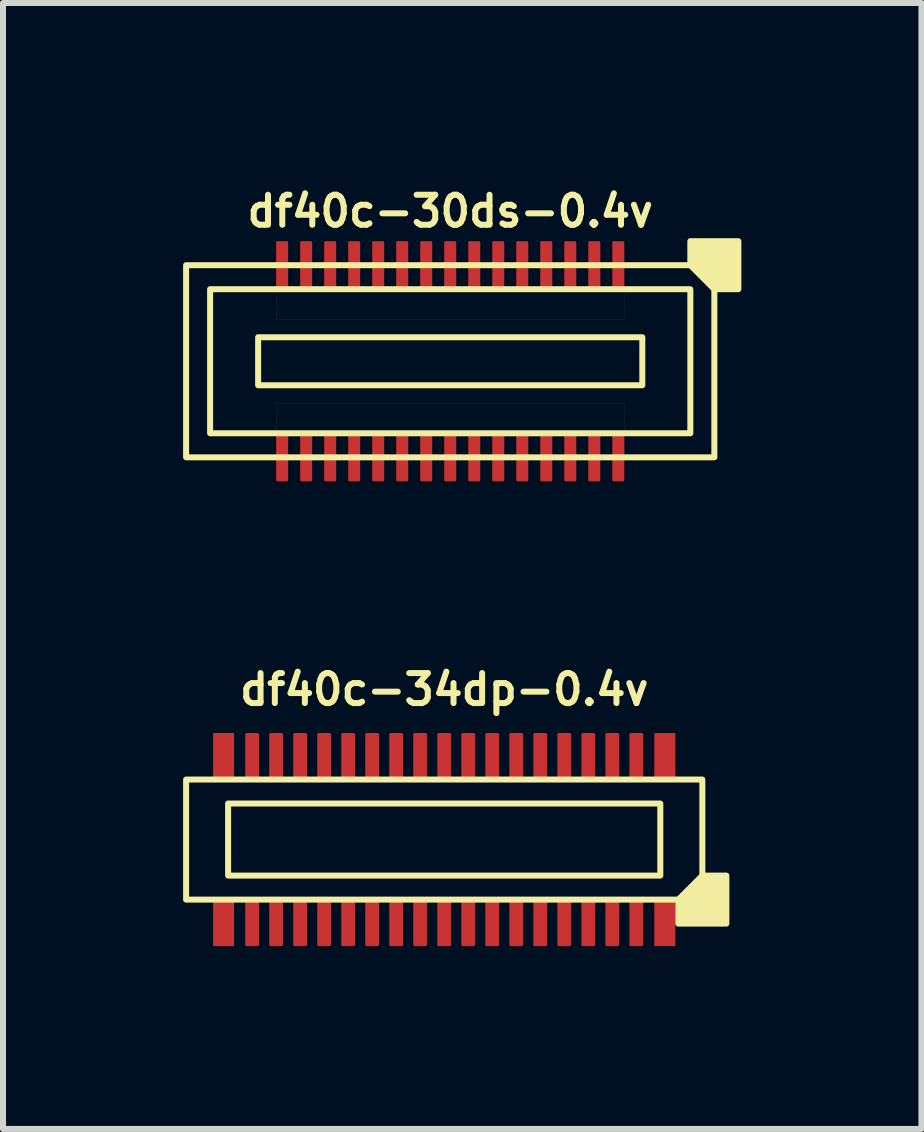
<source format=kicad_pcb>
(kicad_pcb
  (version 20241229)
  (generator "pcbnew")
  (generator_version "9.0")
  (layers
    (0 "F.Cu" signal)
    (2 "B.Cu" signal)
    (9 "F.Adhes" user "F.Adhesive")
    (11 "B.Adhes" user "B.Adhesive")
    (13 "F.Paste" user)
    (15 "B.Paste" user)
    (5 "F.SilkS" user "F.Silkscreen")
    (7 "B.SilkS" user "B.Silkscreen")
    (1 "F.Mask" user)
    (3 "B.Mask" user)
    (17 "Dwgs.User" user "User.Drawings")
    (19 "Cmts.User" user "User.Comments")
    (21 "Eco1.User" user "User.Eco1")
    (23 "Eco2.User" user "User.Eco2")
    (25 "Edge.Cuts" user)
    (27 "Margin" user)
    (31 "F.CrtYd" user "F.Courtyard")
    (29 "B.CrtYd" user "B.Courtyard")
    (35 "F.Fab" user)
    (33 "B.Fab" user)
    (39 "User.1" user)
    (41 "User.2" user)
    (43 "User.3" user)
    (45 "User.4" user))
  (footprint "df40c-34dp-0.4v"
    (layer "F.Cu")
    (at 4.35 10.936)
    (property "Reference" "df40c-34dp-0.4v" (at 0 -2.5 180) (layer "F.SilkS") (effects (font (size 0.5 0.5) (thickness 0.1))))
    (attr smd)
    (fp_rect (start -3.85 -1.775) (end -3.5 -1.025) (stroke (width 0) (type solid)) (fill yes) (layer "F.Cu"))
    (fp_rect (start -3.85 1.025) (end -3.5 1.775) (stroke (width 0) (type solid)) (fill yes) (layer "F.Cu"))
    (fp_rect (start 3.5 -1.775) (end 3.85 -1.025) (stroke (width 0) (type solid)) (fill yes) (layer "F.Cu"))
    (fp_rect (start 3.5 1.025) (end 3.85 1.775) (stroke (width 0) (type solid)) (fill yes) (layer "F.Cu"))
    (fp_rect (start -3.88 -1.805) (end -3.47 -0.995) (stroke (width 0) (type solid)) (fill yes) (layer "F.Mask"))
    (fp_rect (start -3.88 0.995) (end -3.47 1.805) (stroke (width 0) (type solid)) (fill yes) (layer "F.Mask"))
    (fp_rect (start 3.47 -0.995) (end 3.88 -1.805) (stroke (width 0.03) (type solid)) (fill yes) (layer "F.Mask"))
    (fp_rect (start 3.47 0.995) (end 3.88 1.805) (stroke (width 0.03) (type solid)) (fill yes) (layer "F.Mask"))
    (fp_rect (start 3.6 -0.6) (end -3.6 0.6) (stroke (width 0.1) (type default)) (fill no) (layer "F.SilkS"))
    (fp_rect (start 4.3 -1) (end -4.3 1) (stroke (width 0.1) (type default)) (fill no) (layer "F.SilkS"))
    (fp_poly (pts (xy 3.9 1) (xy 3.9 1.4) (xy 4.7 1.4) (xy 4.7 0.6) (xy 4.3 0.6)) (stroke (width 0.1) (type solid)) (fill yes) (layer "F.SilkS"))
    (fp_rect (start -3.85 -1.775) (end -3.5 -1.025) (stroke (width 0) (type solid)) (fill yes) (layer "F.Paste"))
    (fp_rect (start -3.5 1.025) (end -3.85 1.775) (stroke (width 0) (type solid)) (fill yes) (layer "F.Paste"))
    (fp_rect (start 3.5 -1.775) (end 3.85 -1.025) (stroke (width 0) (type solid)) (fill yes) (layer "F.Paste"))
    (fp_rect (start 3.5 1.025) (end 3.85 1.775) (stroke (width 0) (type solid)) (fill yes) (layer "F.Paste"))
    (pad "1" smd roundrect (at 3.2 1.4) (size 0.23 0.75) (layers "F.Cu" "F.Mask" "F.Paste") (roundrect_rratio 0.1))
    (pad "2" smd roundrect (at 3.2 -1.4) (size 0.23 0.75) (layers "F.Cu" "F.Mask" "F.Paste") (roundrect_rratio 0.1))
    (pad "3" smd roundrect (at 2.8 1.4) (size 0.23 0.75) (layers "F.Cu" "F.Mask" "F.Paste") (roundrect_rratio 0.1))
    (pad "4" smd roundrect (at 2.8 -1.4) (size 0.23 0.75) (layers "F.Cu" "F.Mask" "F.Paste") (roundrect_rratio 0.1))
    (pad "5" smd roundrect (at 2.4 1.4) (size 0.23 0.75) (layers "F.Cu" "F.Mask" "F.Paste") (roundrect_rratio 0.1))
    (pad "6" smd roundrect (at 2.4 -1.4) (size 0.23 0.75) (layers "F.Cu" "F.Mask" "F.Paste") (roundrect_rratio 0.1))
    (pad "7" smd roundrect (at 2 1.4) (size 0.23 0.75) (layers "F.Cu" "F.Mask" "F.Paste") (roundrect_rratio 0.1))
    (pad "8" smd roundrect (at 2 -1.4) (size 0.23 0.75) (layers "F.Cu" "F.Mask" "F.Paste") (roundrect_rratio 0.1))
    (pad "9" smd roundrect (at 1.6 1.4) (size 0.23 0.75) (layers "F.Cu" "F.Mask" "F.Paste") (roundrect_rratio 0.1))
    (pad "10" smd roundrect (at 1.6 -1.4) (size 0.23 0.75) (layers "F.Cu" "F.Mask" "F.Paste") (roundrect_rratio 0.1))
    (pad "11" smd roundrect (at 1.2 1.4) (size 0.23 0.75) (layers "F.Cu" "F.Mask" "F.Paste") (roundrect_rratio 0.1))
    (pad "12" smd roundrect (at 1.2 -1.4) (size 0.23 0.75) (layers "F.Cu" "F.Mask" "F.Paste") (roundrect_rratio 0.1))
    (pad "13" smd roundrect (at 0.8 1.4) (size 0.23 0.75) (layers "F.Cu" "F.Mask" "F.Paste") (roundrect_rratio 0.1))
    (pad "14" smd roundrect (at 0.8 -1.4) (size 0.23 0.75) (layers "F.Cu" "F.Mask" "F.Paste") (roundrect_rratio 0.1))
    (pad "15" smd roundrect (at 0.4 1.4) (size 0.23 0.75) (layers "F.Cu" "F.Mask" "F.Paste") (roundrect_rratio 0.1))
    (pad "16" smd roundrect (at 0.4 -1.4) (size 0.23 0.75) (layers "F.Cu" "F.Mask" "F.Paste") (roundrect_rratio 0.1))
    (pad "17" smd roundrect (at 0 1.4) (size 0.23 0.75) (layers "F.Cu" "F.Mask" "F.Paste") (roundrect_rratio 0.1))
    (pad "18" smd roundrect (at 0 -1.4) (size 0.23 0.75) (layers "F.Cu" "F.Mask" "F.Paste") (roundrect_rratio 0.1))
    (pad "19" smd roundrect (at -0.4 1.4) (size 0.23 0.75) (layers "F.Cu" "F.Mask" "F.Paste") (roundrect_rratio 0.1))
    (pad "20" smd roundrect (at -0.4 -1.4) (size 0.23 0.75) (layers "F.Cu" "F.Mask" "F.Paste") (roundrect_rratio 0.1))
    (pad "21" smd roundrect (at -0.8 1.4) (size 0.23 0.75) (layers "F.Cu" "F.Mask" "F.Paste") (roundrect_rratio 0.1))
    (pad "22" smd roundrect (at -0.8 -1.4) (size 0.23 0.75) (layers "F.Cu" "F.Mask" "F.Paste") (roundrect_rratio 0.1))
    (pad "23" smd roundrect (at -1.2 1.4) (size 0.23 0.75) (layers "F.Cu" "F.Mask" "F.Paste") (roundrect_rratio 0.1))
    (pad "24" smd roundrect (at -1.2 -1.4) (size 0.23 0.75) (layers "F.Cu" "F.Mask" "F.Paste") (roundrect_rratio 0.1))
    (pad "25" smd roundrect (at -1.6 1.4) (size 0.23 0.75) (layers "F.Cu" "F.Mask" "F.Paste") (roundrect_rratio 0.1))
    (pad "26" smd roundrect (at -1.6 -1.4) (size 0.23 0.75) (layers "F.Cu" "F.Mask" "F.Paste") (roundrect_rratio 0.1))
    (pad "27" smd roundrect (at -2 1.4) (size 0.23 0.75) (layers "F.Cu" "F.Mask" "F.Paste") (roundrect_rratio 0.1))
    (pad "28" smd roundrect (at -2 -1.4) (size 0.23 0.75) (layers "F.Cu" "F.Mask" "F.Paste") (roundrect_rratio 0.1))
    (pad "29" smd roundrect (at -2.4 1.4) (size 0.23 0.75) (layers "F.Cu" "F.Mask" "F.Paste") (roundrect_rratio 0.1))
    (pad "30" smd roundrect (at -2.4 -1.4) (size 0.23 0.75) (layers "F.Cu" "F.Mask" "F.Paste") (roundrect_rratio 0.1))
    (pad "31" smd roundrect (at -2.8 1.4) (size 0.23 0.75) (layers "F.Cu" "F.Mask" "F.Paste") (roundrect_rratio 0.1))
    (pad "32" smd roundrect (at -2.8 -1.4) (size 0.23 0.75) (layers "F.Cu" "F.Mask" "F.Paste") (roundrect_rratio 0.1))
    (pad "33" smd roundrect (at -3.2 1.4) (size 0.23 0.75) (layers "F.Cu" "F.Mask" "F.Paste") (roundrect_rratio 0.1))
    (pad "34" smd roundrect (at -3.2 -1.4) (size 0.23 0.75) (layers "F.Cu" "F.Mask" "F.Paste") (roundrect_rratio 0.1)))
  (footprint "df40c-30ds-0.4v"
    (layer "F.Cu")
    (at 4.45 2.968)
    (property "Reference" "df40c-30ds-0.4v" (at 0 -2.5 180) (layer "F.SilkS") (effects (font (size 0.5 0.5) (thickness 0.1))))
    (attr smd)
    (fp_rect (start -3.2 -0.4) (end 3.2 0.4) (stroke (width 0.1) (type default)) (fill no) (layer "F.SilkS"))
    (fp_rect (start 4 -1.2) (end -4 1.2) (stroke (width 0.1) (type default)) (fill no) (layer "F.SilkS"))
    (fp_rect (start 4.4 -1.6) (end -4.4 1.6) (stroke (width 0.1) (type default)) (fill no) (layer "F.SilkS"))
    (fp_poly (pts (xy 4 -1.6) (xy 4 -2) (xy 4.8 -2) (xy 4.8 -1.2) (xy 4.4 -1.2)) (stroke (width 0.1) (type solid)) (fill yes) (layer "F.SilkS"))
    (fp_poly (pts (xy -2.9 -1.2) (xy 2.9 -1.2) (xy 2.9 -0.7) (xy -2.9 -0.7)) (stroke (width 0.001) (type solid)) (fill no) (layer "Dwgs.User"))
    (fp_poly (pts (xy -2.9 0.7) (xy 2.9 0.7) (xy 2.9 1.2) (xy -2.9 1.2)) (stroke (width 0.001) (type solid)) (fill no) (layer "Dwgs.User"))
    (pad "1" smd roundrect (at 2.8 -1.6) (size 0.2 0.8) (layers "F.Cu" "F.Mask" "F.Paste") (roundrect_rratio 0.1))
    (pad "2" smd roundrect (at 2.8 1.6) (size 0.2 0.8) (layers "F.Cu" "F.Mask" "F.Paste") (roundrect_rratio 0.1))
    (pad "3" smd roundrect (at 2.4 -1.6) (size 0.2 0.8) (layers "F.Cu" "F.Mask" "F.Paste") (roundrect_rratio 0.1))
    (pad "4" smd roundrect (at 2.4 1.6) (size 0.2 0.8) (layers "F.Cu" "F.Mask" "F.Paste") (roundrect_rratio 0.1))
    (pad "5" smd roundrect (at 2 -1.6) (size 0.2 0.8) (layers "F.Cu" "F.Mask" "F.Paste") (roundrect_rratio 0.1))
    (pad "6" smd roundrect (at 2 1.6) (size 0.2 0.8) (layers "F.Cu" "F.Mask" "F.Paste") (roundrect_rratio 0.1))
    (pad "7" smd roundrect (at 1.6 -1.6) (size 0.2 0.8) (layers "F.Cu" "F.Mask" "F.Paste") (roundrect_rratio 0.1))
    (pad "8" smd roundrect (at 1.6 1.6) (size 0.2 0.8) (layers "F.Cu" "F.Mask" "F.Paste") (roundrect_rratio 0.1))
    (pad "9" smd roundrect (at 1.2 -1.6) (size 0.2 0.8) (layers "F.Cu" "F.Mask" "F.Paste") (roundrect_rratio 0.1))
    (pad "10" smd roundrect (at 1.2 1.6) (size 0.2 0.8) (layers "F.Cu" "F.Mask" "F.Paste") (roundrect_rratio 0.1))
    (pad "11" smd roundrect (at 0.8 -1.6) (size 0.2 0.8) (layers "F.Cu" "F.Mask" "F.Paste") (roundrect_rratio 0.1))
    (pad "12" smd roundrect (at 0.8 1.6) (size 0.2 0.8) (layers "F.Cu" "F.Mask" "F.Paste") (roundrect_rratio 0.1))
    (pad "13" smd roundrect (at 0.4 -1.6) (size 0.2 0.8) (layers "F.Cu" "F.Mask" "F.Paste") (roundrect_rratio 0.1))
    (pad "14" smd roundrect (at 0.4 1.6) (size 0.2 0.8) (layers "F.Cu" "F.Mask" "F.Paste") (roundrect_rratio 0.1))
    (pad "15" smd roundrect (at 0 -1.6) (size 0.2 0.8) (layers "F.Cu" "F.Mask" "F.Paste") (roundrect_rratio 0.1))
    (pad "16" smd roundrect (at 0 1.6) (size 0.2 0.8) (layers "F.Cu" "F.Mask" "F.Paste") (roundrect_rratio 0.1))
    (pad "17" smd roundrect (at -0.4 -1.6) (size 0.2 0.8) (layers "F.Cu" "F.Mask" "F.Paste") (roundrect_rratio 0.1))
    (pad "18" smd roundrect (at -0.4 1.6) (size 0.2 0.8) (layers "F.Cu" "F.Mask" "F.Paste") (roundrect_rratio 0.1))
    (pad "19" smd roundrect (at -0.8 -1.6) (size 0.2 0.8) (layers "F.Cu" "F.Mask" "F.Paste") (roundrect_rratio 0.1))
    (pad "20" smd roundrect (at -0.8 1.6) (size 0.2 0.8) (layers "F.Cu" "F.Mask" "F.Paste") (roundrect_rratio 0.1))
    (pad "21" smd roundrect (at -1.2 -1.6) (size 0.2 0.8) (layers "F.Cu" "F.Mask" "F.Paste") (roundrect_rratio 0.1))
    (pad "22" smd roundrect (at -1.2 1.6) (size 0.2 0.8) (layers "F.Cu" "F.Mask" "F.Paste") (roundrect_rratio 0.1))
    (pad "23" smd roundrect (at -1.6 -1.6) (size 0.2 0.8) (layers "F.Cu" "F.Mask" "F.Paste") (roundrect_rratio 0.1))
    (pad "24" smd roundrect (at -1.6 1.6) (size 0.2 0.8) (layers "F.Cu" "F.Mask" "F.Paste") (roundrect_rratio 0.1))
    (pad "25" smd roundrect (at -2 -1.6) (size 0.2 0.8) (layers "F.Cu" "F.Mask" "F.Paste") (roundrect_rratio 0.1))
    (pad "26" smd roundrect (at -2 1.6) (size 0.2 0.8) (layers "F.Cu" "F.Mask" "F.Paste") (roundrect_rratio 0.1))
    (pad "27" smd roundrect (at -2.4 -1.6) (size 0.2 0.8) (layers "F.Cu" "F.Mask" "F.Paste") (roundrect_rratio 0.1))
    (pad "28" smd roundrect (at -2.4 1.6) (size 0.2 0.8) (layers "F.Cu" "F.Mask" "F.Paste") (roundrect_rratio 0.1))
    (pad "29" smd roundrect (at -2.8 -1.6) (size 0.2 0.8) (layers "F.Cu" "F.Mask" "F.Paste") (roundrect_rratio 0.1))
    (pad "30" smd roundrect (at -2.8 1.6) (size 0.2 0.8) (layers "F.Cu" "F.Mask" "F.Paste") (roundrect_rratio 0.1)))
  (gr_rect
    (start -3 -3)
    (end 12.3 15.756)
    (stroke (width 0.1) (type default))
    (fill no)
    (layer "Edge.Cuts")))
</source>
